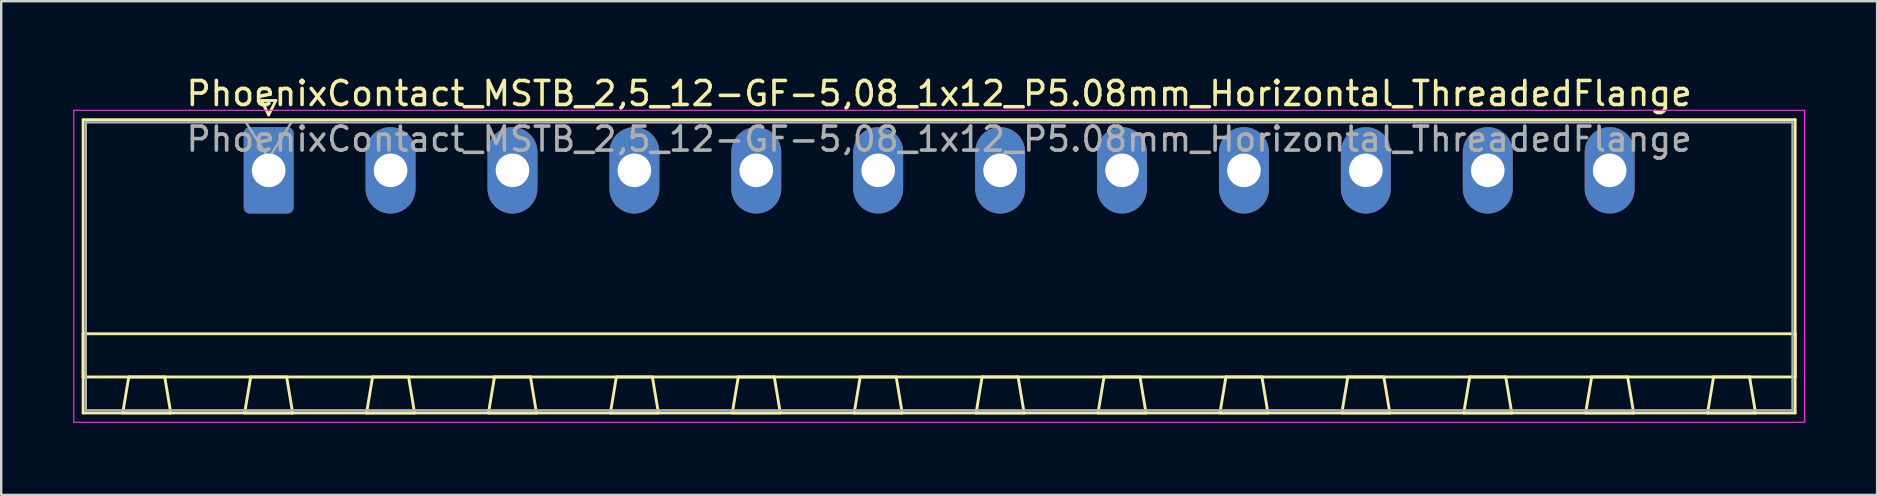
<source format=kicad_pcb>
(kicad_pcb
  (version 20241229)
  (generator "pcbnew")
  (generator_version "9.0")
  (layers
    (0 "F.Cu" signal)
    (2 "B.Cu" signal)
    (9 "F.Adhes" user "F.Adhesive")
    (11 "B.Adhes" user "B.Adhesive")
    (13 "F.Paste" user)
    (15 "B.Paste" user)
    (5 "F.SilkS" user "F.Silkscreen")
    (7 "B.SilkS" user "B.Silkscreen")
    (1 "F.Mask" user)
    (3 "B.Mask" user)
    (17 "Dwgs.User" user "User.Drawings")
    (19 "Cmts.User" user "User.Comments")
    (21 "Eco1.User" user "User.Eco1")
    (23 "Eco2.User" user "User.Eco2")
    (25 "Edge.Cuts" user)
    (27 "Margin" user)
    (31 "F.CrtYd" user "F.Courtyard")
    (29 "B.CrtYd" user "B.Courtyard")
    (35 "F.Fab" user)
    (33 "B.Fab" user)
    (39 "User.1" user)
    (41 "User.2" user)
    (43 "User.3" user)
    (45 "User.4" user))
  (footprint "PhoenixContact_MSTB_2,5_12-GF-5,08_1x12_P5.08mm_Horizontal_ThreadedFlange"
    (layer "F.Cu")
    (at 8.145 4.048)
    (property "Reference" "PhoenixContact_MSTB_2,5_12-GF-5,08_1x12_P5.08mm_Horizontal_ThreadedFlange" (at 27.94 -3.2 0) (layer "F.SilkS") (effects (font (size 1 1) (thickness 0.15))))
    (attr through_hole)
    (fp_line (start -7.73 -2.11) (end -7.73 10.11) (stroke (width 0.12) (type solid)) (layer "F.SilkS"))
    (fp_line (start -7.73 6.81) (end 63.61 6.81) (stroke (width 0.12) (type solid)) (layer "F.SilkS"))
    (fp_line (start -7.73 8.61) (end -7.73 6.81) (stroke (width 0.12) (type solid)) (layer "F.SilkS"))
    (fp_line (start -7.73 10.11) (end 63.61 10.11) (stroke (width 0.12) (type solid)) (layer "F.SilkS"))
    (fp_line (start -6.08 10.11) (end -4.08 10.11) (stroke (width 0.12) (type solid)) (layer "F.SilkS"))
    (fp_line (start -5.83 8.61) (end -6.08 10.11) (stroke (width 0.12) (type solid)) (layer "F.SilkS"))
    (fp_line (start -4.33 8.61) (end -5.83 8.61) (stroke (width 0.12) (type solid)) (layer "F.SilkS"))
    (fp_line (start -4.08 10.11) (end -4.33 8.61) (stroke (width 0.12) (type solid)) (layer "F.SilkS"))
    (fp_line (start -1 10.11) (end 1 10.11) (stroke (width 0.12) (type solid)) (layer "F.SilkS"))
    (fp_line (start -0.75 8.61) (end -1 10.11) (stroke (width 0.12) (type solid)) (layer "F.SilkS"))
    (fp_line (start -0.3 -2.91) (end 0.3 -2.91) (stroke (width 0.12) (type solid)) (layer "F.SilkS"))
    (fp_line (start 0 -2.31) (end -0.3 -2.91) (stroke (width 0.12) (type solid)) (layer "F.SilkS"))
    (fp_line (start 0.3 -2.91) (end 0 -2.31) (stroke (width 0.12) (type solid)) (layer "F.SilkS"))
    (fp_line (start 0.75 8.61) (end -0.75 8.61) (stroke (width 0.12) (type solid)) (layer "F.SilkS"))
    (fp_line (start 1 10.11) (end 0.75 8.61) (stroke (width 0.12) (type solid)) (layer "F.SilkS"))
    (fp_line (start 4.08 10.11) (end 6.08 10.11) (stroke (width 0.12) (type solid)) (layer "F.SilkS"))
    (fp_line (start 4.33 8.61) (end 4.08 10.11) (stroke (width 0.12) (type solid)) (layer "F.SilkS"))
    (fp_line (start 5.83 8.61) (end 4.33 8.61) (stroke (width 0.12) (type solid)) (layer "F.SilkS"))
    (fp_line (start 6.08 10.11) (end 5.83 8.61) (stroke (width 0.12) (type solid)) (layer "F.SilkS"))
    (fp_line (start 9.16 10.11) (end 11.16 10.11) (stroke (width 0.12) (type solid)) (layer "F.SilkS"))
    (fp_line (start 9.41 8.61) (end 9.16 10.11) (stroke (width 0.12) (type solid)) (layer "F.SilkS"))
    (fp_line (start 10.91 8.61) (end 9.41 8.61) (stroke (width 0.12) (type solid)) (layer "F.SilkS"))
    (fp_line (start 11.16 10.11) (end 10.91 8.61) (stroke (width 0.12) (type solid)) (layer "F.SilkS"))
    (fp_line (start 14.24 10.11) (end 16.24 10.11) (stroke (width 0.12) (type solid)) (layer "F.SilkS"))
    (fp_line (start 14.49 8.61) (end 14.24 10.11) (stroke (width 0.12) (type solid)) (layer "F.SilkS"))
    (fp_line (start 15.99 8.61) (end 14.49 8.61) (stroke (width 0.12) (type solid)) (layer "F.SilkS"))
    (fp_line (start 16.24 10.11) (end 15.99 8.61) (stroke (width 0.12) (type solid)) (layer "F.SilkS"))
    (fp_line (start 19.32 10.11) (end 21.32 10.11) (stroke (width 0.12) (type solid)) (layer "F.SilkS"))
    (fp_line (start 19.57 8.61) (end 19.32 10.11) (stroke (width 0.12) (type solid)) (layer "F.SilkS"))
    (fp_line (start 21.07 8.61) (end 19.57 8.61) (stroke (width 0.12) (type solid)) (layer "F.SilkS"))
    (fp_line (start 21.32 10.11) (end 21.07 8.61) (stroke (width 0.12) (type solid)) (layer "F.SilkS"))
    (fp_line (start 24.4 10.11) (end 26.4 10.11) (stroke (width 0.12) (type solid)) (layer "F.SilkS"))
    (fp_line (start 24.65 8.61) (end 24.4 10.11) (stroke (width 0.12) (type solid)) (layer "F.SilkS"))
    (fp_line (start 26.15 8.61) (end 24.65 8.61) (stroke (width 0.12) (type solid)) (layer "F.SilkS"))
    (fp_line (start 26.4 10.11) (end 26.15 8.61) (stroke (width 0.12) (type solid)) (layer "F.SilkS"))
    (fp_line (start 29.48 10.11) (end 31.48 10.11) (stroke (width 0.12) (type solid)) (layer "F.SilkS"))
    (fp_line (start 29.73 8.61) (end 29.48 10.11) (stroke (width 0.12) (type solid)) (layer "F.SilkS"))
    (fp_line (start 31.23 8.61) (end 29.73 8.61) (stroke (width 0.12) (type solid)) (layer "F.SilkS"))
    (fp_line (start 31.48 10.11) (end 31.23 8.61) (stroke (width 0.12) (type solid)) (layer "F.SilkS"))
    (fp_line (start 34.56 10.11) (end 36.56 10.11) (stroke (width 0.12) (type solid)) (layer "F.SilkS"))
    (fp_line (start 34.81 8.61) (end 34.56 10.11) (stroke (width 0.12) (type solid)) (layer "F.SilkS"))
    (fp_line (start 36.31 8.61) (end 34.81 8.61) (stroke (width 0.12) (type solid)) (layer "F.SilkS"))
    (fp_line (start 36.56 10.11) (end 36.31 8.61) (stroke (width 0.12) (type solid)) (layer "F.SilkS"))
    (fp_line (start 39.64 10.11) (end 41.64 10.11) (stroke (width 0.12) (type solid)) (layer "F.SilkS"))
    (fp_line (start 39.89 8.61) (end 39.64 10.11) (stroke (width 0.12) (type solid)) (layer "F.SilkS"))
    (fp_line (start 41.39 8.61) (end 39.89 8.61) (stroke (width 0.12) (type solid)) (layer "F.SilkS"))
    (fp_line (start 41.64 10.11) (end 41.39 8.61) (stroke (width 0.12) (type solid)) (layer "F.SilkS"))
    (fp_line (start 44.72 10.11) (end 46.72 10.11) (stroke (width 0.12) (type solid)) (layer "F.SilkS"))
    (fp_line (start 44.97 8.61) (end 44.72 10.11) (stroke (width 0.12) (type solid)) (layer "F.SilkS"))
    (fp_line (start 46.47 8.61) (end 44.97 8.61) (stroke (width 0.12) (type solid)) (layer "F.SilkS"))
    (fp_line (start 46.72 10.11) (end 46.47 8.61) (stroke (width 0.12) (type solid)) (layer "F.SilkS"))
    (fp_line (start 49.8 10.11) (end 51.8 10.11) (stroke (width 0.12) (type solid)) (layer "F.SilkS"))
    (fp_line (start 50.05 8.61) (end 49.8 10.11) (stroke (width 0.12) (type solid)) (layer "F.SilkS"))
    (fp_line (start 51.55 8.61) (end 50.05 8.61) (stroke (width 0.12) (type solid)) (layer "F.SilkS"))
    (fp_line (start 51.8 10.11) (end 51.55 8.61) (stroke (width 0.12) (type solid)) (layer "F.SilkS"))
    (fp_line (start 54.88 10.11) (end 56.88 10.11) (stroke (width 0.12) (type solid)) (layer "F.SilkS"))
    (fp_line (start 55.13 8.61) (end 54.88 10.11) (stroke (width 0.12) (type solid)) (layer "F.SilkS"))
    (fp_line (start 56.63 8.61) (end 55.13 8.61) (stroke (width 0.12) (type solid)) (layer "F.SilkS"))
    (fp_line (start 56.88 10.11) (end 56.63 8.61) (stroke (width 0.12) (type solid)) (layer "F.SilkS"))
    (fp_line (start 59.96 10.11) (end 61.96 10.11) (stroke (width 0.12) (type solid)) (layer "F.SilkS"))
    (fp_line (start 60.21 8.61) (end 59.96 10.11) (stroke (width 0.12) (type solid)) (layer "F.SilkS"))
    (fp_line (start 61.71 8.61) (end 60.21 8.61) (stroke (width 0.12) (type solid)) (layer "F.SilkS"))
    (fp_line (start 61.96 10.11) (end 61.71 8.61) (stroke (width 0.12) (type solid)) (layer "F.SilkS"))
    (fp_line (start 63.61 -2.11) (end -7.73 -2.11) (stroke (width 0.12) (type solid)) (layer "F.SilkS"))
    (fp_line (start 63.61 6.81) (end 63.61 8.61) (stroke (width 0.12) (type solid)) (layer "F.SilkS"))
    (fp_line (start 63.61 8.61) (end -7.73 8.61) (stroke (width 0.12) (type solid)) (layer "F.SilkS"))
    (fp_line (start 63.61 10.11) (end 63.61 -2.11) (stroke (width 0.12) (type solid)) (layer "F.SilkS"))
    (fp_line (start -8.12 -2.5) (end -8.12 10.5) (stroke (width 0.05) (type solid)) (layer "F.CrtYd"))
    (fp_line (start -8.12 10.5) (end 64 10.5) (stroke (width 0.05) (type solid)) (layer "F.CrtYd"))
    (fp_line (start 64 -2.5) (end -8.12 -2.5) (stroke (width 0.05) (type solid)) (layer "F.CrtYd"))
    (fp_line (start 64 10.5) (end 64 -2.5) (stroke (width 0.05) (type solid)) (layer "F.CrtYd"))
    (fp_line (start -7.62 -2) (end -7.62 10) (stroke (width 0.1) (type solid)) (layer "F.Fab"))
    (fp_line (start -7.62 10) (end 63.5 10) (stroke (width 0.1) (type solid)) (layer "F.Fab"))
    (fp_line (start 0 -0.5) (end -0.95 -2) (stroke (width 0.1) (type solid)) (layer "F.Fab"))
    (fp_line (start 0.95 -2) (end 0 -0.5) (stroke (width 0.1) (type solid)) (layer "F.Fab"))
    (fp_line (start 63.5 -2) (end -7.62 -2) (stroke (width 0.1) (type solid)) (layer "F.Fab"))
    (fp_line (start 63.5 10) (end 63.5 -2) (stroke (width 0.1) (type solid)) (layer "F.Fab"))
    (fp_text user "${REFERENCE}" (at 27.94 -1.3 0) (layer "F.Fab") (effects (font (size 1 1) (thickness 0.15))))
    (pad "1" thru_hole roundrect (at 0 0) (size 2.08 3.6) (drill 1.4) (layers "*.Cu" "*.Mask") (roundrect_rratio 0.12))
    (pad "2" thru_hole oval (at 5.08 0) (size 2.08 3.6) (drill 1.4) (layers "*.Cu" "*.Mask"))
    (pad "3" thru_hole oval (at 10.16 0) (size 2.08 3.6) (drill 1.4) (layers "*.Cu" "*.Mask"))
    (pad "4" thru_hole oval (at 15.24 0) (size 2.08 3.6) (drill 1.4) (layers "*.Cu" "*.Mask"))
    (pad "5" thru_hole oval (at 20.32 0) (size 2.08 3.6) (drill 1.4) (layers "*.Cu" "*.Mask"))
    (pad "6" thru_hole oval (at 25.4 0) (size 2.08 3.6) (drill 1.4) (layers "*.Cu" "*.Mask"))
    (pad "7" thru_hole oval (at 30.48 0) (size 2.08 3.6) (drill 1.4) (layers "*.Cu" "*.Mask"))
    (pad "8" thru_hole oval (at 35.56 0) (size 2.08 3.6) (drill 1.4) (layers "*.Cu" "*.Mask"))
    (pad "9" thru_hole oval (at 40.64 0) (size 2.08 3.6) (drill 1.4) (layers "*.Cu" "*.Mask"))
    (pad "10" thru_hole oval (at 45.72 0) (size 2.08 3.6) (drill 1.4) (layers "*.Cu" "*.Mask"))
    (pad "11" thru_hole oval (at 50.8 0) (size 2.08 3.6) (drill 1.4) (layers "*.Cu" "*.Mask"))
    (pad "12" thru_hole oval (at 55.88 0) (size 2.08 3.6) (drill 1.4) (layers "*.Cu" "*.Mask")))
  (gr_rect
    (start -3 -3)
    (end 75.17 17.573)
    (stroke (width 0.1) (type default))
    (fill no)
    (layer "Edge.Cuts")))
</source>
